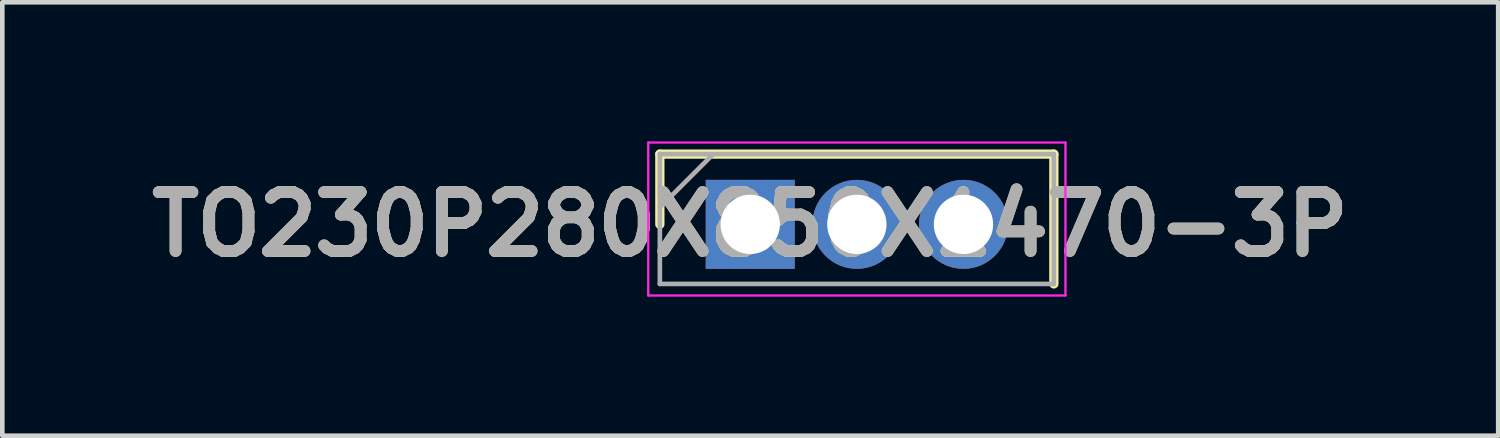
<source format=kicad_pcb>
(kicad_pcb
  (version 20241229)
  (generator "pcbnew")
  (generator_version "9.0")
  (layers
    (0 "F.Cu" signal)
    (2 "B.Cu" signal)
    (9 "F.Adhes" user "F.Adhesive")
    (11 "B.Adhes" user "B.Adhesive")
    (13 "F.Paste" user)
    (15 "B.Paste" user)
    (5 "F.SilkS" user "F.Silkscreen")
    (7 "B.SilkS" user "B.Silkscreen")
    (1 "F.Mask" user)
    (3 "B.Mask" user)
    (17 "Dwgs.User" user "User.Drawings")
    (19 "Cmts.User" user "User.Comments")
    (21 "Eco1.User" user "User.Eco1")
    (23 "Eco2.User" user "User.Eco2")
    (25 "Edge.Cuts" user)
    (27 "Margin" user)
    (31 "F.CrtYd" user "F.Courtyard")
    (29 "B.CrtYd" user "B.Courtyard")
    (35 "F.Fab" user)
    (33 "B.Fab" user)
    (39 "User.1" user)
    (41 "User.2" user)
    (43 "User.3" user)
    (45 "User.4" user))
  (footprint "TO230P280X850X1470-3P"
    (layer "F.Cu")
    (at 13.135 1.79)
    (property "Reference" "TO230P280X850X1470-3P" (at 0 0 0) (layer "F.SilkS") (effects (font (size 1.27 1.27) (thickness 0.254))))
    (attr through_hole)
    (fp_line (start -1.95 -1.515) (end -1.95 0) (stroke (width 0.2) (type solid)) (layer "F.SilkS"))
    (fp_line (start 6.55 -1.515) (end -1.95 -1.515) (stroke (width 0.2) (type solid)) (layer "F.SilkS"))
    (fp_line (start 6.55 1.285) (end 6.55 -1.515) (stroke (width 0.2) (type solid)) (layer "F.SilkS"))
    (fp_line (start -2.2 -1.765) (end 6.8 -1.765) (stroke (width 0.05) (type solid)) (layer "F.CrtYd"))
    (fp_line (start -2.2 1.535) (end -2.2 -1.765) (stroke (width 0.05) (type solid)) (layer "F.CrtYd"))
    (fp_line (start 6.8 -1.765) (end 6.8 1.535) (stroke (width 0.05) (type solid)) (layer "F.CrtYd"))
    (fp_line (start 6.8 1.535) (end -2.2 1.535) (stroke (width 0.05) (type solid)) (layer "F.CrtYd"))
    (fp_line (start -1.95 -1.515) (end 6.55 -1.515) (stroke (width 0.1) (type solid)) (layer "F.Fab"))
    (fp_line (start -1.95 -0.365) (end -0.8 -1.515) (stroke (width 0.1) (type solid)) (layer "F.Fab"))
    (fp_line (start -1.95 1.285) (end -1.95 -1.515) (stroke (width 0.1) (type solid)) (layer "F.Fab"))
    (fp_line (start 6.55 -1.515) (end 6.55 1.285) (stroke (width 0.1) (type solid)) (layer "F.Fab"))
    (fp_line (start 6.55 1.285) (end -1.95 1.285) (stroke (width 0.1) (type solid)) (layer "F.Fab"))
    (fp_text user "${REFERENCE}" (at 0 0 0) (layer "F.Fab") (effects (font (size 1.27 1.27) (thickness 0.254))))
    (pad "1" thru_hole rect (at 0 0) (size 1.92 1.92) (drill 1.28) (layers "*.Cu" "*.Mask"))
    (pad "2" thru_hole circle (at 2.3 0) (size 1.92 1.92) (drill 1.28) (layers "*.Cu" "*.Mask"))
    (pad "3" thru_hole circle (at 4.6 0) (size 1.92 1.92) (drill 1.28) (layers "*.Cu" "*.Mask")))
  (gr_rect
    (start -3 -3)
    (end 29.271 6.35)
    (stroke (width 0.1) (type default))
    (fill no)
    (layer "Edge.Cuts")))
</source>
